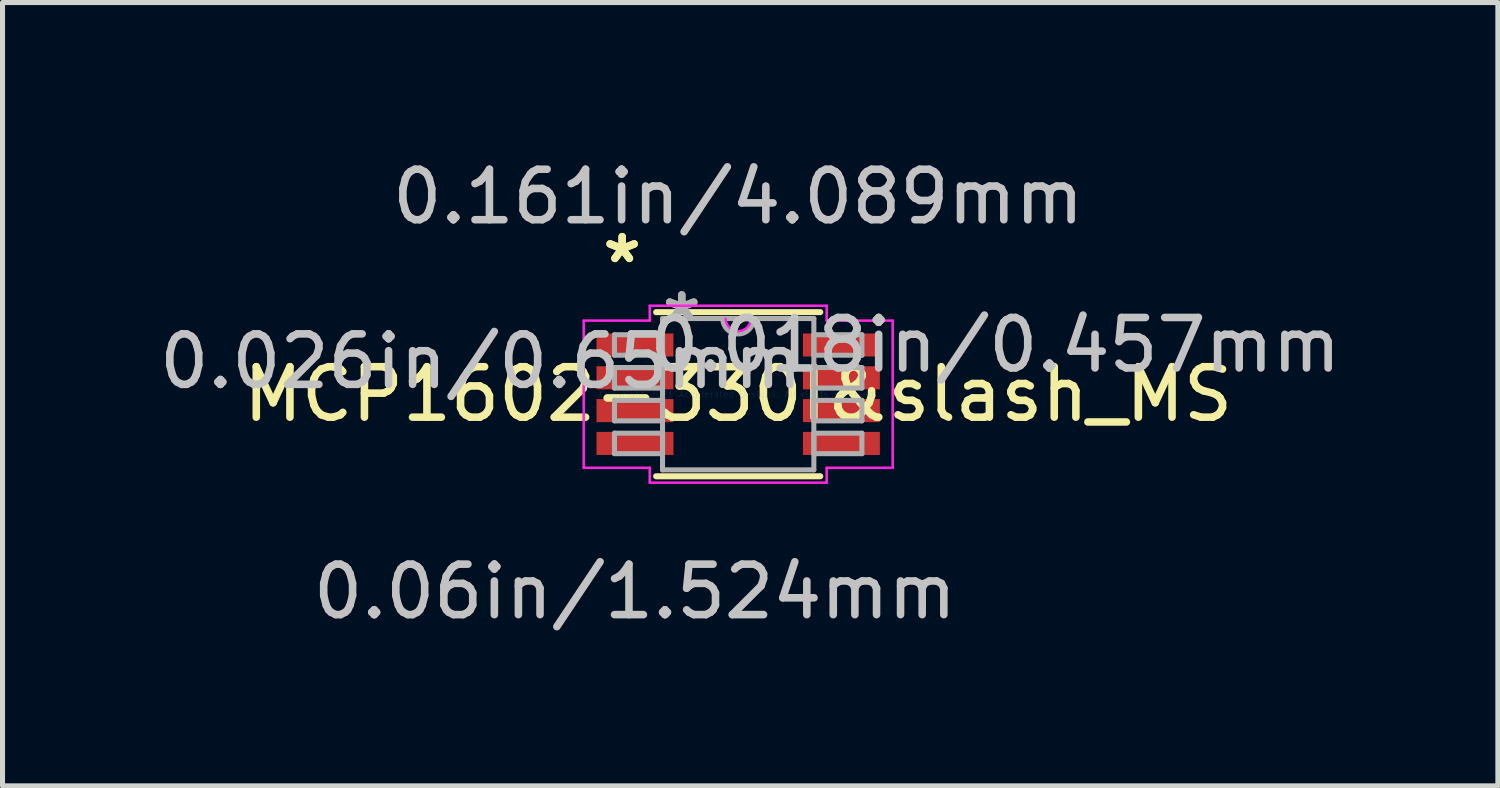
<source format=kicad_pcb>
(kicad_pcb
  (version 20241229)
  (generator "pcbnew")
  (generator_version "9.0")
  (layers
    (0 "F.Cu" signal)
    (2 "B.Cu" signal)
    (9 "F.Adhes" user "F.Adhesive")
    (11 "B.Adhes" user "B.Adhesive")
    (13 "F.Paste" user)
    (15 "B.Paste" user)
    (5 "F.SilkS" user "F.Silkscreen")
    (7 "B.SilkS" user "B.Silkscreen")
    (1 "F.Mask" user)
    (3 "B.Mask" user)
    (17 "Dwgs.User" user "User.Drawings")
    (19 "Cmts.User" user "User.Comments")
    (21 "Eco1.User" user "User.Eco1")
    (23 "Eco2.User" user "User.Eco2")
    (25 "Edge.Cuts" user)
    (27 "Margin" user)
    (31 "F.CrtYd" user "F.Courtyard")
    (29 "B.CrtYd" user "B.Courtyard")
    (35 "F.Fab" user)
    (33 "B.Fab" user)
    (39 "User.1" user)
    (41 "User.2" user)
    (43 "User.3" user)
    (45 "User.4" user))
  (footprint "MCP1602-330I&slash_MS"
    (layer "F.Cu")
    (at 11.575 4.76)
    (property "Reference" "MCP1602-330I&slash_MS" (at 0 0 0) (layer "F.SilkS") (effects (font (size 1 1) (thickness 0.15))))
    (attr through_hole)
    (fp_line (start -1.626 1.626) (end 1.626 1.626) (stroke (width 0.12) (type solid)) (layer "F.SilkS"))
    (fp_line (start 1.626 -1.626) (end -1.626 -1.626) (stroke (width 0.12) (type solid)) (layer "F.SilkS"))
    (fp_line (start -3.061 -1.458) (end -1.753 -1.458) (stroke (width 0.05) (type solid)) (layer "F.CrtYd"))
    (fp_line (start -3.061 1.458) (end -3.061 -1.458) (stroke (width 0.05) (type solid)) (layer "F.CrtYd"))
    (fp_line (start -1.753 -1.753) (end 1.753 -1.753) (stroke (width 0.05) (type solid)) (layer "F.CrtYd"))
    (fp_line (start -1.753 -1.458) (end -1.753 -1.753) (stroke (width 0.05) (type solid)) (layer "F.CrtYd"))
    (fp_line (start -1.753 1.458) (end -3.061 1.458) (stroke (width 0.05) (type solid)) (layer "F.CrtYd"))
    (fp_line (start -1.753 1.753) (end -1.753 1.458) (stroke (width 0.05) (type solid)) (layer "F.CrtYd"))
    (fp_line (start 1.753 -1.753) (end 1.753 -1.458) (stroke (width 0.05) (type solid)) (layer "F.CrtYd"))
    (fp_line (start 1.753 -1.458) (end 3.061 -1.458) (stroke (width 0.05) (type solid)) (layer "F.CrtYd"))
    (fp_line (start 1.753 1.458) (end 1.753 1.753) (stroke (width 0.05) (type solid)) (layer "F.CrtYd"))
    (fp_line (start 1.753 1.753) (end -1.753 1.753) (stroke (width 0.05) (type solid)) (layer "F.CrtYd"))
    (fp_line (start 3.061 -1.458) (end 3.061 1.458) (stroke (width 0.05) (type solid)) (layer "F.CrtYd"))
    (fp_line (start 3.061 1.458) (end 1.753 1.458) (stroke (width 0.05) (type solid)) (layer "F.CrtYd"))
    (fp_arc (start 0.249767 -1.4986) (mid 0 -1.248833) (end -0.249767 -1.4986) (stroke (width 0.05) (type solid)) (layer "F.CrtYd"))
    (fp_line (start -2.451 -1.178) (end -2.451 -0.772) (stroke (width 0.1) (type solid)) (layer "F.Fab"))
    (fp_line (start -2.451 -0.772) (end -1.499 -0.772) (stroke (width 0.1) (type solid)) (layer "F.Fab"))
    (fp_line (start -2.451 -0.528) (end -2.451 -0.122) (stroke (width 0.1) (type solid)) (layer "F.Fab"))
    (fp_line (start -2.451 -0.122) (end -1.499 -0.122) (stroke (width 0.1) (type solid)) (layer "F.Fab"))
    (fp_line (start -2.451 0.122) (end -2.451 0.528) (stroke (width 0.1) (type solid)) (layer "F.Fab"))
    (fp_line (start -2.451 0.528) (end -1.499 0.528) (stroke (width 0.1) (type solid)) (layer "F.Fab"))
    (fp_line (start -2.451 0.772) (end -2.451 1.178) (stroke (width 0.1) (type solid)) (layer "F.Fab"))
    (fp_line (start -2.451 1.178) (end -1.499 1.178) (stroke (width 0.1) (type solid)) (layer "F.Fab"))
    (fp_line (start -1.499 -1.499) (end -1.499 1.499) (stroke (width 0.1) (type solid)) (layer "F.Fab"))
    (fp_line (start -1.499 -1.178) (end -2.451 -1.178) (stroke (width 0.1) (type solid)) (layer "F.Fab"))
    (fp_line (start -1.499 -0.772) (end -1.499 -1.178) (stroke (width 0.1) (type solid)) (layer "F.Fab"))
    (fp_line (start -1.499 -0.528) (end -2.451 -0.528) (stroke (width 0.1) (type solid)) (layer "F.Fab"))
    (fp_line (start -1.499 -0.122) (end -1.499 -0.528) (stroke (width 0.1) (type solid)) (layer "F.Fab"))
    (fp_line (start -1.499 0.122) (end -2.451 0.122) (stroke (width 0.1) (type solid)) (layer "F.Fab"))
    (fp_line (start -1.499 0.528) (end -1.499 0.122) (stroke (width 0.1) (type solid)) (layer "F.Fab"))
    (fp_line (start -1.499 0.772) (end -2.451 0.772) (stroke (width 0.1) (type solid)) (layer "F.Fab"))
    (fp_line (start -1.499 1.178) (end -1.499 0.772) (stroke (width 0.1) (type solid)) (layer "F.Fab"))
    (fp_line (start -1.499 1.499) (end 1.499 1.499) (stroke (width 0.1) (type solid)) (layer "F.Fab"))
    (fp_line (start 1.499 -1.499) (end -1.499 -1.499) (stroke (width 0.1) (type solid)) (layer "F.Fab"))
    (fp_line (start 1.499 -1.178) (end 1.499 -0.772) (stroke (width 0.1) (type solid)) (layer "F.Fab"))
    (fp_line (start 1.499 -0.772) (end 2.451 -0.772) (stroke (width 0.1) (type solid)) (layer "F.Fab"))
    (fp_line (start 1.499 -0.528) (end 1.499 -0.122) (stroke (width 0.1) (type solid)) (layer "F.Fab"))
    (fp_line (start 1.499 -0.122) (end 2.451 -0.122) (stroke (width 0.1) (type solid)) (layer "F.Fab"))
    (fp_line (start 1.499 0.122) (end 1.499 0.528) (stroke (width 0.1) (type solid)) (layer "F.Fab"))
    (fp_line (start 1.499 0.528) (end 2.451 0.528) (stroke (width 0.1) (type solid)) (layer "F.Fab"))
    (fp_line (start 1.499 0.772) (end 1.499 1.178) (stroke (width 0.1) (type solid)) (layer "F.Fab"))
    (fp_line (start 1.499 1.178) (end 2.451 1.178) (stroke (width 0.1) (type solid)) (layer "F.Fab"))
    (fp_line (start 1.499 1.499) (end 1.499 -1.499) (stroke (width 0.1) (type solid)) (layer "F.Fab"))
    (fp_line (start 2.451 -1.178) (end 1.499 -1.178) (stroke (width 0.1) (type solid)) (layer "F.Fab"))
    (fp_line (start 2.451 -0.772) (end 2.451 -1.178) (stroke (width 0.1) (type solid)) (layer "F.Fab"))
    (fp_line (start 2.451 -0.528) (end 1.499 -0.528) (stroke (width 0.1) (type solid)) (layer "F.Fab"))
    (fp_line (start 2.451 -0.122) (end 2.451 -0.528) (stroke (width 0.1) (type solid)) (layer "F.Fab"))
    (fp_line (start 2.451 0.122) (end 1.499 0.122) (stroke (width 0.1) (type solid)) (layer "F.Fab"))
    (fp_line (start 2.451 0.528) (end 2.451 0.122) (stroke (width 0.1) (type solid)) (layer "F.Fab"))
    (fp_line (start 2.451 0.772) (end 1.499 0.772) (stroke (width 0.1) (type solid)) (layer "F.Fab"))
    (fp_line (start 2.451 1.178) (end 2.451 0.772) (stroke (width 0.1) (type solid)) (layer "F.Fab"))
    (fp_arc (start 0.3048 -1.4986) (mid 0 -1.1938) (end -0.3048 -1.4986) (stroke (width 0.1) (type solid)) (layer "F.Fab"))
    (fp_text user "*" (at -2.299 -2.575 0) (layer "F.SilkS") (effects (font (size 1 1) (thickness 0.15))))
    (fp_text user "*" (at -2.299 -2.575 0) (layer "F.SilkS") (effects (font (size 1 1) (thickness 0.15))))
    (fp_text user "0.026in/0.65mm" (at -5.093 -0.65 0) (layer "Dwgs.User") (effects (font (size 1 1) (thickness 0.15))))
    (fp_text user "0.06in/1.524mm" (at -2.045 3.912 0) (layer "Dwgs.User") (effects (font (size 1 1) (thickness 0.15))))
    (fp_text user "0.018in/0.457mm" (at 5.093 -0.975 0) (layer "Dwgs.User") (effects (font (size 1 1) (thickness 0.15))))
    (fp_text user "0.161in/4.089mm" (at 0 -3.912 0) (layer "Dwgs.User") (effects (font (size 1 1) (thickness 0.15))))
    (fp_text user "Copyright 2021 Accelerated Designs. All rights reserved." (at 0 0 0) (layer "Cmts.User") (effects (font (size 0.127 0.127) (thickness 0.002))))
    (fp_text user "*" (at -1.118 -1.422 0) (layer "F.Fab") (effects (font (size 1 1) (thickness 0.15))))
    (fp_text user "*" (at -1.118 -1.422 0) (layer "F.Fab") (effects (font (size 1 1) (thickness 0.15))))
    (pad "1" smd rect (at -2.045 -0.975) (size 1.524 0.457) (layers "F.Cu" "F.Mask" "F.Paste"))
    (pad "2" smd rect (at -2.045 -0.325) (size 1.524 0.457) (layers "F.Cu" "F.Mask" "F.Paste"))
    (pad "3" smd rect (at -2.045 0.325) (size 1.524 0.457) (layers "F.Cu" "F.Mask" "F.Paste"))
    (pad "4" smd rect (at -2.045 0.975) (size 1.524 0.457) (layers "F.Cu" "F.Mask" "F.Paste"))
    (pad "5" smd rect (at 2.045 0.975) (size 1.524 0.457) (layers "F.Cu" "F.Mask" "F.Paste"))
    (pad "6" smd rect (at 2.045 0.325) (size 1.524 0.457) (layers "F.Cu" "F.Mask" "F.Paste"))
    (pad "7" smd rect (at 2.045 -0.325) (size 1.524 0.457) (layers "F.Cu" "F.Mask" "F.Paste"))
    (pad "8" smd rect (at 2.045 -0.975) (size 1.524 0.457) (layers "F.Cu" "F.Mask" "F.Paste")))
  (gr_rect
    (start -3 -3)
    (end 26.626 12.52)
    (stroke (width 0.1) (type default))
    (fill no)
    (layer "Edge.Cuts")))
</source>
